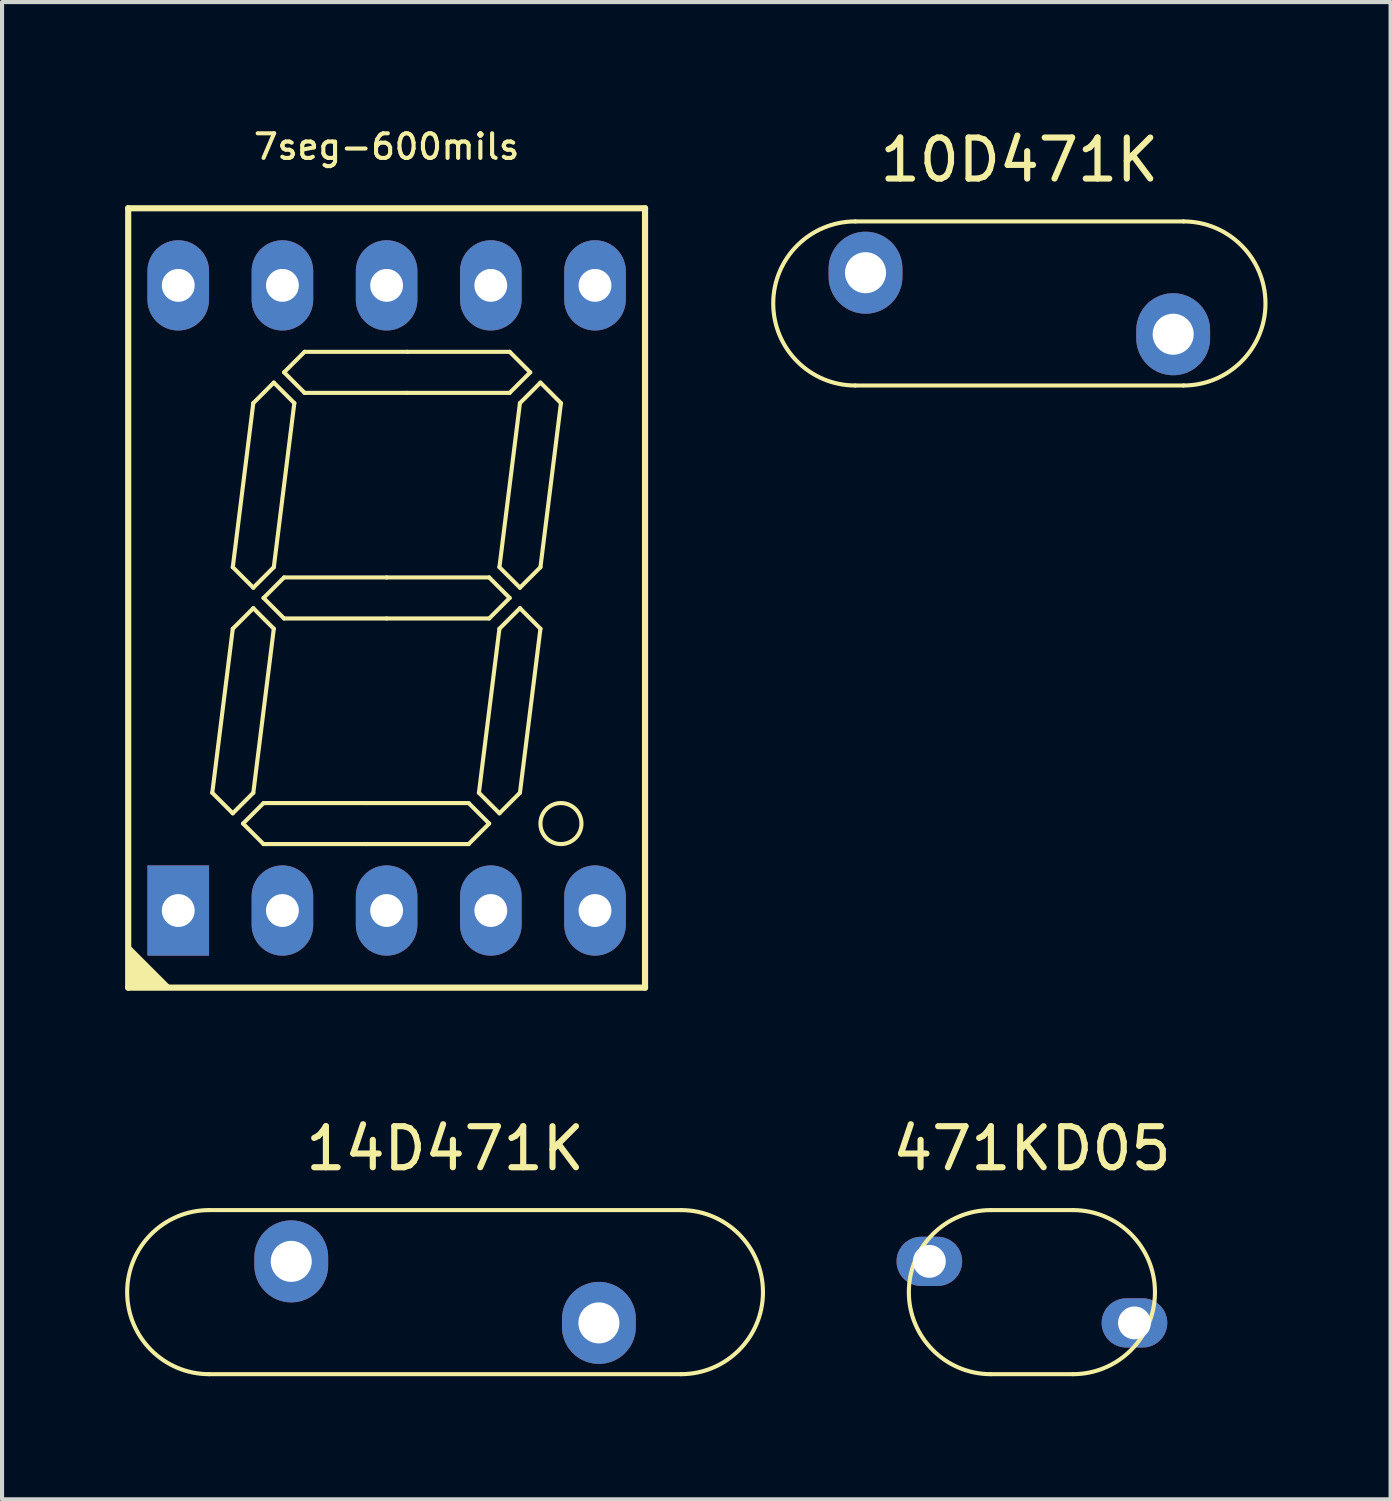
<source format=kicad_pcb>
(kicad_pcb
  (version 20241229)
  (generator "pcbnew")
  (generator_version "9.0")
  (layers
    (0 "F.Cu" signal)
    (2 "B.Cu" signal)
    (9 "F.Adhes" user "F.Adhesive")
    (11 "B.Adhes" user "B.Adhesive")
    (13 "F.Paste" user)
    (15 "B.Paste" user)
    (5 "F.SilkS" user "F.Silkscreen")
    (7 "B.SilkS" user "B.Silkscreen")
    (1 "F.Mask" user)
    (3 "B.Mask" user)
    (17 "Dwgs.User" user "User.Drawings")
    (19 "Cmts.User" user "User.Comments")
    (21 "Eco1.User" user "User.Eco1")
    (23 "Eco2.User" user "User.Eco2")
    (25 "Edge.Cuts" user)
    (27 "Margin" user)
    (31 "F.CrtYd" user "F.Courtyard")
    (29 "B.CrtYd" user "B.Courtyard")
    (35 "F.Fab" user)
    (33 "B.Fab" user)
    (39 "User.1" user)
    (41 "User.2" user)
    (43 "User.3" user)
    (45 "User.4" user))
  (footprint "471KD05"
    (layer "F.Cu")
    (at 22.106 28.45)
    (property "Reference" "471KD05" (at 0 -3.5 0) (layer "F.SilkS") (effects (font (size 1 1) (thickness 0.15))))
    (attr through_hole)
    (fp_line (start -1 -2) (end 1 -2) (stroke (width 0.1) (type solid)) (layer "F.SilkS"))
    (fp_line (start 1 2) (end -1 2) (stroke (width 0.1) (type solid)) (layer "F.SilkS"))
    (fp_arc (start -1 2) (mid -3 0) (end -1 -2) (stroke (width 0.1) (type default)) (layer "F.SilkS"))
    (fp_arc (start 1 -2) (mid 3 0) (end 1 2) (stroke (width 0.1) (type default)) (layer "F.SilkS"))
    (pad "1" thru_hole oval (at -2.5 -0.75) (size 1.6 1.2) (drill 0.8) (layers "*.Cu" "*.Mask"))
    (pad "2" thru_hole oval (at 2.5 0.75) (size 1.6 1.2) (drill 0.8) (layers "*.Cu" "*.Mask")))
  (footprint "7seg-600mils"
    (layer "F.Cu")
    (at 6.375 11.527)
    (property "Reference" "7seg-600mils" (at 0 -11 0) (layer "F.SilkS") (effects (font (size 0.6 0.6) (thickness 0.1))))
    (attr through_hole)
    (fp_line (start -6.3 9.5) (end -6.3 -9.5) (stroke (width 0.15) (type solid)) (layer "F.SilkS"))
    (fp_line (start -6.3 9.5) (end 6.3 9.5) (stroke (width 0.15) (type solid)) (layer "F.SilkS"))
    (fp_line (start -3.75 -0.75) (end -3.25 -4.75) (stroke (width 0.1) (type solid)) (layer "F.SilkS"))
    (fp_line (start -3.75 0.75) (end -4.25 4.75) (stroke (width 0.1) (type solid)) (layer "F.SilkS"))
    (fp_line (start -3.75 0.75) (end -3.25 0.25) (stroke (width 0.1) (type solid)) (layer "F.SilkS"))
    (fp_line (start -3.75 5.25) (end -4.25 4.75) (stroke (width 0.1) (type solid)) (layer "F.SilkS"))
    (fp_line (start -3.5 5.5) (end -3 5) (stroke (width 0.1) (type solid)) (layer "F.SilkS"))
    (fp_line (start -3.25 -4.75) (end -2.75 -5.25) (stroke (width 0.1) (type solid)) (layer "F.SilkS"))
    (fp_line (start -3.25 -0.25) (end -3.75 -0.75) (stroke (width 0.1) (type solid)) (layer "F.SilkS"))
    (fp_line (start -3.25 0.25) (end -2.75 0.75) (stroke (width 0.1) (type solid)) (layer "F.SilkS"))
    (fp_line (start -3.25 4.75) (end -3.75 5.25) (stroke (width 0.1) (type solid)) (layer "F.SilkS"))
    (fp_line (start -3 0) (end -2.5 -0.5) (stroke (width 0.1) (type solid)) (layer "F.SilkS"))
    (fp_line (start -3 5) (end -0.5 5) (stroke (width 0.1) (type solid)) (layer "F.SilkS"))
    (fp_line (start -3 6) (end -3.5 5.5) (stroke (width 0.1) (type solid)) (layer "F.SilkS"))
    (fp_line (start -2.75 -5.25) (end -2.25 -4.75) (stroke (width 0.1) (type solid)) (layer "F.SilkS"))
    (fp_line (start -2.75 -0.75) (end -3.25 -0.25) (stroke (width 0.1) (type solid)) (layer "F.SilkS"))
    (fp_line (start -2.75 0.75) (end -3.25 4.75) (stroke (width 0.1) (type solid)) (layer "F.SilkS"))
    (fp_line (start -2.5 -5.5) (end -2 -6) (stroke (width 0.1) (type solid)) (layer "F.SilkS"))
    (fp_line (start -2.5 -0.5) (end 0 -0.5) (stroke (width 0.1) (type solid)) (layer "F.SilkS"))
    (fp_line (start -2.5 0.5) (end -3 0) (stroke (width 0.1) (type solid)) (layer "F.SilkS"))
    (fp_line (start -2.25 -4.75) (end -2.75 -0.75) (stroke (width 0.1) (type solid)) (layer "F.SilkS"))
    (fp_line (start -2 -6) (end 0.5 -6) (stroke (width 0.1) (type solid)) (layer "F.SilkS"))
    (fp_line (start -2 -5) (end -2.5 -5.5) (stroke (width 0.1) (type solid)) (layer "F.SilkS"))
    (fp_line (start -0.5 5) (end 2 5) (stroke (width 0.1) (type solid)) (layer "F.SilkS"))
    (fp_line (start -0.5 6) (end -3 6) (stroke (width 0.1) (type solid)) (layer "F.SilkS"))
    (fp_line (start 0 -0.5) (end 2.5 -0.5) (stroke (width 0.1) (type solid)) (layer "F.SilkS"))
    (fp_line (start 0 0.5) (end -2.5 0.5) (stroke (width 0.1) (type solid)) (layer "F.SilkS"))
    (fp_line (start 0.5 -6) (end 3 -6) (stroke (width 0.1) (type solid)) (layer "F.SilkS"))
    (fp_line (start 0.5 -5) (end -2 -5) (stroke (width 0.1) (type solid)) (layer "F.SilkS"))
    (fp_line (start 2 5) (end 2.5 5.5) (stroke (width 0.1) (type solid)) (layer "F.SilkS"))
    (fp_line (start 2 6) (end -0.5 6) (stroke (width 0.1) (type solid)) (layer "F.SilkS"))
    (fp_line (start 2.5 -0.5) (end 3 0) (stroke (width 0.1) (type solid)) (layer "F.SilkS"))
    (fp_line (start 2.5 0.5) (end 0 0.5) (stroke (width 0.1) (type solid)) (layer "F.SilkS"))
    (fp_line (start 2.5 5.5) (end 2 6) (stroke (width 0.1) (type solid)) (layer "F.SilkS"))
    (fp_line (start 2.75 -0.75) (end 3.25 -4.75) (stroke (width 0.1) (type solid)) (layer "F.SilkS"))
    (fp_line (start 2.75 0.75) (end 2.25 4.75) (stroke (width 0.1) (type solid)) (layer "F.SilkS"))
    (fp_line (start 2.75 0.75) (end 3.25 0.25) (stroke (width 0.1) (type solid)) (layer "F.SilkS"))
    (fp_line (start 2.75 5.25) (end 2.25 4.75) (stroke (width 0.1) (type solid)) (layer "F.SilkS"))
    (fp_line (start 3 -6) (end 3.5 -5.5) (stroke (width 0.1) (type solid)) (layer "F.SilkS"))
    (fp_line (start 3 -5) (end 0.5 -5) (stroke (width 0.1) (type solid)) (layer "F.SilkS"))
    (fp_line (start 3 0) (end 2.5 0.5) (stroke (width 0.1) (type solid)) (layer "F.SilkS"))
    (fp_line (start 3.25 -4.75) (end 3.75 -5.25) (stroke (width 0.1) (type solid)) (layer "F.SilkS"))
    (fp_line (start 3.25 -0.25) (end 2.75 -0.75) (stroke (width 0.1) (type solid)) (layer "F.SilkS"))
    (fp_line (start 3.25 0.25) (end 3.75 0.75) (stroke (width 0.1) (type solid)) (layer "F.SilkS"))
    (fp_line (start 3.25 4.75) (end 2.75 5.25) (stroke (width 0.1) (type solid)) (layer "F.SilkS"))
    (fp_line (start 3.5 -5.5) (end 3 -5) (stroke (width 0.1) (type solid)) (layer "F.SilkS"))
    (fp_line (start 3.75 -5.25) (end 4.25 -4.75) (stroke (width 0.1) (type solid)) (layer "F.SilkS"))
    (fp_line (start 3.75 -0.75) (end 3.25 -0.25) (stroke (width 0.1) (type solid)) (layer "F.SilkS"))
    (fp_line (start 3.75 0.75) (end 3.25 4.75) (stroke (width 0.1) (type solid)) (layer "F.SilkS"))
    (fp_line (start 4.25 -4.75) (end 3.75 -0.75) (stroke (width 0.1) (type solid)) (layer "F.SilkS"))
    (fp_line (start 6.3 -9.5) (end -6.3 -9.5) (stroke (width 0.15) (type solid)) (layer "F.SilkS"))
    (fp_line (start 6.3 -9.5) (end 6.3 9.5) (stroke (width 0.15) (type solid)) (layer "F.SilkS"))
    (fp_circle (center 4.25 5.5) (end 4.75 5.5) (stroke (width 0.1) (type solid)) (fill no) (layer "F.SilkS"))
    (fp_poly (pts (xy -5.3 9.5) (xy -6.3 9.5) (xy -6.3 8.5)) (stroke (width 0.1) (type solid)) (fill yes) (layer "F.SilkS"))
    (pad "1" thru_hole rect (at -5.08 7.62 90) (size 2.2 1.501) (drill 0.8) (layers "*.Cu" "*.Mask"))
    (pad "2" thru_hole oval (at -2.54 7.62 90) (size 2.2 1.501) (drill 0.8) (layers "*.Cu" "*.Mask"))
    (pad "3" thru_hole oval (at 0 7.62 90) (size 2.2 1.501) (drill 0.8) (layers "*.Cu" "*.Mask"))
    (pad "4" thru_hole oval (at 2.54 7.62 90) (size 2.2 1.501) (drill 0.8) (layers "*.Cu" "*.Mask"))
    (pad "5" thru_hole oval (at 5.08 7.62 90) (size 2.2 1.501) (drill 0.8) (layers "*.Cu" "*.Mask"))
    (pad "6" thru_hole oval (at 5.08 -7.62 90) (size 2.2 1.501) (drill 0.8) (layers "*.Cu" "*.Mask"))
    (pad "7" thru_hole oval (at 2.54 -7.62 90) (size 2.2 1.501) (drill 0.8) (layers "*.Cu" "*.Mask"))
    (pad "8" thru_hole oval (at 0 -7.62 90) (size 2.2 1.501) (drill 0.8) (layers "*.Cu" "*.Mask"))
    (pad "9" thru_hole oval (at -2.54 -7.62 90) (size 2.2 1.501) (drill 0.8) (layers "*.Cu" "*.Mask"))
    (pad "10" thru_hole oval (at -5.08 -7.62 90) (size 2.2 1.501) (drill 0.8) (layers "*.Cu" "*.Mask")))
  (footprint "14D471K"
    (layer "F.Cu")
    (at 7.8 28.45)
    (property "Reference" "14D471K" (at 0 -3.5 0) (layer "F.SilkS") (effects (font (size 1 1) (thickness 0.15))))
    (attr through_hole)
    (fp_line (start -5.75 -2) (end 5.75 -2) (stroke (width 0.1) (type solid)) (layer "F.SilkS"))
    (fp_line (start 5.75 2) (end -5.75 2) (stroke (width 0.1) (type solid)) (layer "F.SilkS"))
    (fp_arc (start -5.75 2) (mid -7.75 0) (end -5.75 -2) (stroke (width 0.1) (type solid)) (layer "F.SilkS"))
    (fp_arc (start 5.75 -2) (mid 7.75 0) (end 5.75 2) (stroke (width 0.1) (type solid)) (layer "F.SilkS"))
    (pad "1" thru_hole oval (at -3.75 -0.75) (size 1.8 2) (drill 1) (layers "*.Cu" "*.Mask"))
    (pad "2" thru_hole oval (at 3.75 0.75) (size 1.8 2) (drill 1) (layers "*.Cu" "*.Mask")))
  (footprint "10D471K"
    (layer "F.Cu")
    (at 21.8 4.348)
    (property "Reference" "10D471K" (at 0 -3.5 0) (layer "F.SilkS") (effects (font (size 1 1) (thickness 0.15))))
    (attr through_hole)
    (fp_line (start -4 -2) (end 4 -2) (stroke (width 0.1) (type solid)) (layer "F.SilkS"))
    (fp_line (start 4 2) (end -4 2) (stroke (width 0.1) (type solid)) (layer "F.SilkS"))
    (fp_arc (start -4 2) (mid -6 0) (end -4 -2) (stroke (width 0.1) (type solid)) (layer "F.SilkS"))
    (fp_arc (start 4 -2) (mid 6 0) (end 4 2) (stroke (width 0.1) (type solid)) (layer "F.SilkS"))
    (pad "1" thru_hole oval (at -3.75 -0.75) (size 1.8 2) (drill 1) (layers "*.Cu" "*.Mask"))
    (pad "2" thru_hole oval (at 3.75 0.75) (size 1.8 2) (drill 1) (layers "*.Cu" "*.Mask")))
  (gr_rect
    (start -3 -3)
    (end 30.85 33.5)
    (stroke (width 0.1) (type default))
    (fill no)
    (layer "Edge.Cuts")))
</source>
